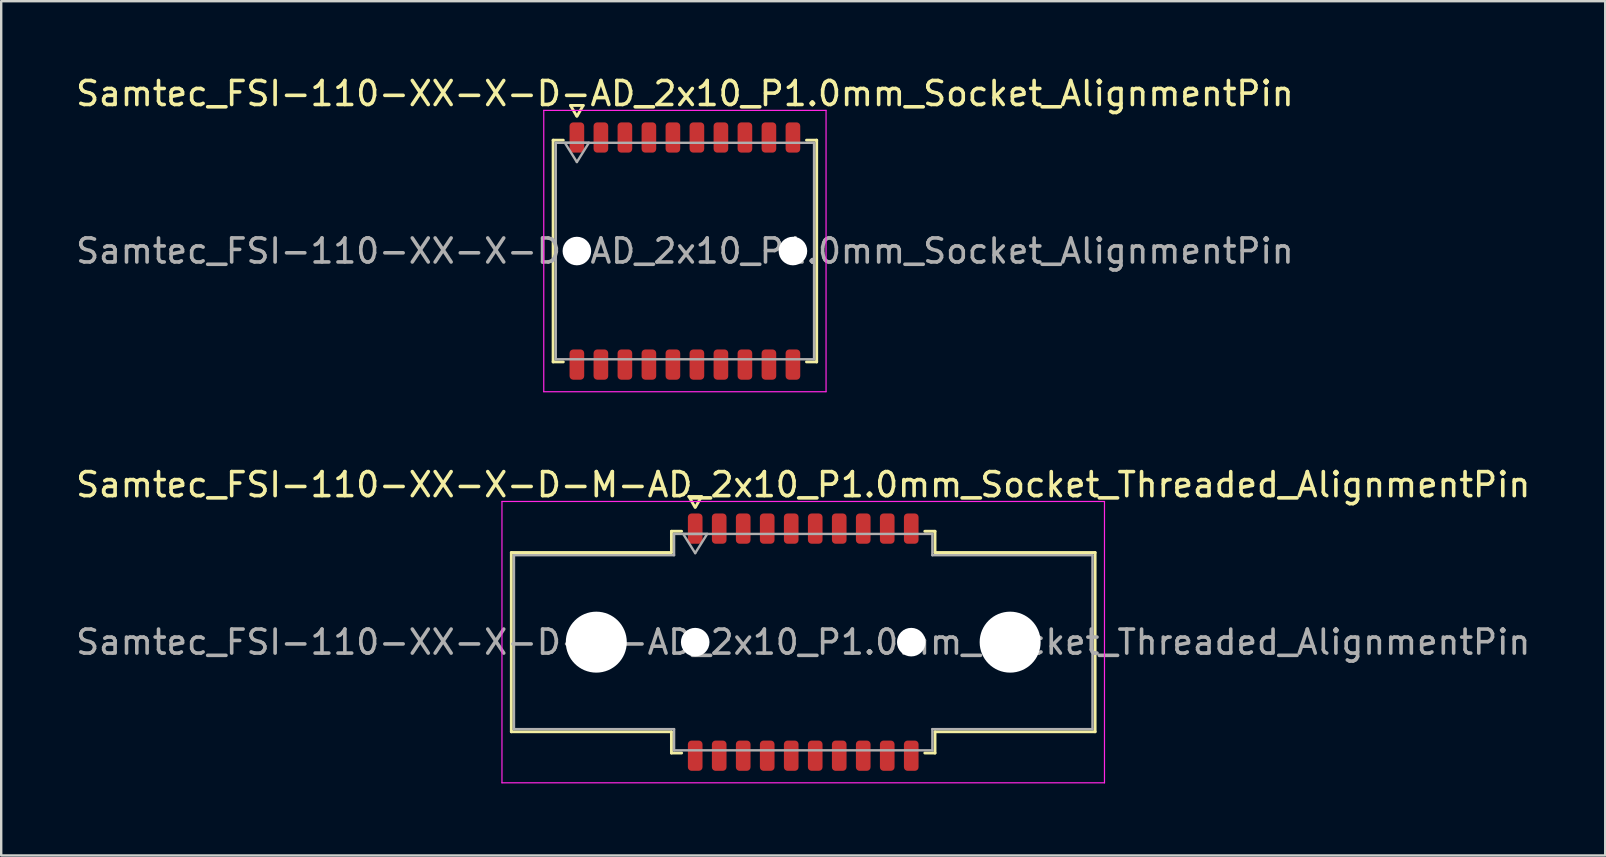
<source format=kicad_pcb>
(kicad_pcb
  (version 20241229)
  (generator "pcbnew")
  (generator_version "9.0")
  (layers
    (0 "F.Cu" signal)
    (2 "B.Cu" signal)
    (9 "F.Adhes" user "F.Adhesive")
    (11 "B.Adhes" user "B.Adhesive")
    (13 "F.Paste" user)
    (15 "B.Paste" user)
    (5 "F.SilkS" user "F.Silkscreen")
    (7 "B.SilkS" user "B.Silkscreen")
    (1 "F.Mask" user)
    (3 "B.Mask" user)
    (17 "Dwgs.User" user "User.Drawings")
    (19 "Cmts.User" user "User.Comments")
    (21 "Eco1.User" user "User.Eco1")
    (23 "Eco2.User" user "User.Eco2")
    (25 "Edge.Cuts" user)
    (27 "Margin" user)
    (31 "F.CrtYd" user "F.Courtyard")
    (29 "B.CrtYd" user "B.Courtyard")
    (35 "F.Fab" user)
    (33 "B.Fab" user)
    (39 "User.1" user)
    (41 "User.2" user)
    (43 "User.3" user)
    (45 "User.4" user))
  (footprint "Samtec_FSI-110-XX-X-D-M-AD_2x10_P1.0mm_Socket_Threaded_AlignmentPin"
    (layer "F.Cu")
    (at 30.411 23.701)
    (property "Reference" "Samtec_FSI-110-XX-X-D-M-AD_2x10_P1.0mm_Socket_Threaded_AlignmentPin" (at 0 -6.56 0) (layer "F.SilkS") (effects (font (size 1 1) (thickness 0.15))))
    (attr smd)
    (fp_line (start -12.16 -3.733) (end -5.49 -3.733) (stroke (width 0.12) (type solid)) (layer "F.SilkS"))
    (fp_line (start -12.16 3.733) (end -12.16 -3.733) (stroke (width 0.12) (type solid)) (layer "F.SilkS"))
    (fp_line (start -5.49 -4.619) (end -5.065 -4.619) (stroke (width 0.12) (type solid)) (layer "F.SilkS"))
    (fp_line (start -5.49 -3.733) (end -5.49 -4.619) (stroke (width 0.12) (type solid)) (layer "F.SilkS"))
    (fp_line (start -5.49 3.733) (end -12.16 3.733) (stroke (width 0.12) (type solid)) (layer "F.SilkS"))
    (fp_line (start -5.49 4.619) (end -5.49 3.733) (stroke (width 0.12) (type solid)) (layer "F.SilkS"))
    (fp_line (start -5.065 4.619) (end -5.49 4.619) (stroke (width 0.12) (type solid)) (layer "F.SilkS"))
    (fp_line (start -4.764 -6.066) (end -4.507 -5.62) (stroke (width 0.12) (type solid)) (layer "F.SilkS"))
    (fp_line (start -4.493 -5.62) (end -4.236 -6.066) (stroke (width 0.12) (type solid)) (layer "F.SilkS"))
    (fp_line (start -4.236 -6.066) (end -4.764 -6.066) (stroke (width 0.12) (type solid)) (layer "F.SilkS"))
    (fp_line (start 5.065 -4.619) (end 5.49 -4.619) (stroke (width 0.12) (type solid)) (layer "F.SilkS"))
    (fp_line (start 5.49 -4.619) (end 5.49 -3.733) (stroke (width 0.12) (type solid)) (layer "F.SilkS"))
    (fp_line (start 5.49 -3.733) (end 12.16 -3.733) (stroke (width 0.12) (type solid)) (layer "F.SilkS"))
    (fp_line (start 5.49 3.733) (end 5.49 4.619) (stroke (width 0.12) (type solid)) (layer "F.SilkS"))
    (fp_line (start 5.49 4.619) (end 5.065 4.619) (stroke (width 0.12) (type solid)) (layer "F.SilkS"))
    (fp_line (start 12.16 -3.733) (end 12.16 3.733) (stroke (width 0.12) (type solid)) (layer "F.SilkS"))
    (fp_line (start 12.16 3.733) (end 5.49 3.733) (stroke (width 0.12) (type solid)) (layer "F.SilkS"))
    (fp_line (start -12.55 -5.86) (end -12.55 5.86) (stroke (width 0.05) (type solid)) (layer "F.CrtYd"))
    (fp_line (start -12.55 5.86) (end 12.55 5.86) (stroke (width 0.05) (type solid)) (layer "F.CrtYd"))
    (fp_line (start 12.55 -5.86) (end -12.55 -5.86) (stroke (width 0.05) (type solid)) (layer "F.CrtYd"))
    (fp_line (start 12.55 5.86) (end 12.55 -5.86) (stroke (width 0.05) (type solid)) (layer "F.CrtYd"))
    (fp_line (start -12.05 -3.623) (end -5.38 -3.623) (stroke (width 0.1) (type solid)) (layer "F.Fab"))
    (fp_line (start -12.05 3.623) (end -12.05 -3.623) (stroke (width 0.1) (type solid)) (layer "F.Fab"))
    (fp_line (start -5.38 -4.508) (end 5.38 -4.508) (stroke (width 0.1) (type solid)) (layer "F.Fab"))
    (fp_line (start -5.38 -3.623) (end -5.38 -4.508) (stroke (width 0.1) (type solid)) (layer "F.Fab"))
    (fp_line (start -5.38 3.623) (end -12.05 3.623) (stroke (width 0.1) (type solid)) (layer "F.Fab"))
    (fp_line (start -5.38 4.508) (end -5.38 3.623) (stroke (width 0.1) (type solid)) (layer "F.Fab"))
    (fp_line (start -5 -4.508) (end -4.5 -3.708) (stroke (width 0.1) (type solid)) (layer "F.Fab"))
    (fp_line (start -4.5 -3.708) (end -4 -4.508) (stroke (width 0.1) (type solid)) (layer "F.Fab"))
    (fp_line (start -4 -4.508) (end -5 -4.508) (stroke (width 0.1) (type solid)) (layer "F.Fab"))
    (fp_line (start 5.38 -4.508) (end 5.38 -3.623) (stroke (width 0.1) (type solid)) (layer "F.Fab"))
    (fp_line (start 5.38 -3.623) (end 12.05 -3.623) (stroke (width 0.1) (type solid)) (layer "F.Fab"))
    (fp_line (start 5.38 3.623) (end 5.38 4.508) (stroke (width 0.1) (type solid)) (layer "F.Fab"))
    (fp_line (start 5.38 4.508) (end -5.38 4.508) (stroke (width 0.1) (type solid)) (layer "F.Fab"))
    (fp_line (start 12.05 -3.623) (end 12.05 3.623) (stroke (width 0.1) (type solid)) (layer "F.Fab"))
    (fp_line (start 12.05 3.623) (end 5.38 3.623) (stroke (width 0.1) (type solid)) (layer "F.Fab"))
    (fp_text user "${REFERENCE}" (at 0 0 0) (layer "F.Fab") (effects (font (size 1 1) (thickness 0.15))))
    (pad "" np_thru_hole circle (at -8.62 0) (size 2.54 2.54) (drill 2.54) (layers "*.Cu" "*.Mask"))
    (pad "" np_thru_hole circle (at -4.5 0) (size 1.19 1.19) (drill 1.19) (layers "*.Cu" "*.Mask"))
    (pad "" np_thru_hole circle (at 4.5 0) (size 1.19 1.19) (drill 1.19) (layers "*.Cu" "*.Mask"))
    (pad "" np_thru_hole circle (at 8.62 0) (size 2.54 2.54) (drill 2.54) (layers "*.Cu" "*.Mask"))
    (pad "1" smd roundrect (at -4.5 -4.73) (size 0.61 1.26) (layers "F.Cu" "F.Mask" "F.Paste") (roundrect_rratio 0.25))
    (pad "2" smd roundrect (at -4.5 4.73) (size 0.61 1.26) (layers "F.Cu" "F.Mask" "F.Paste") (roundrect_rratio 0.25))
    (pad "3" smd roundrect (at -3.5 -4.73) (size 0.61 1.26) (layers "F.Cu" "F.Mask" "F.Paste") (roundrect_rratio 0.25))
    (pad "4" smd roundrect (at -3.5 4.73) (size 0.61 1.26) (layers "F.Cu" "F.Mask" "F.Paste") (roundrect_rratio 0.25))
    (pad "5" smd roundrect (at -2.5 -4.73) (size 0.61 1.26) (layers "F.Cu" "F.Mask" "F.Paste") (roundrect_rratio 0.25))
    (pad "6" smd roundrect (at -2.5 4.73) (size 0.61 1.26) (layers "F.Cu" "F.Mask" "F.Paste") (roundrect_rratio 0.25))
    (pad "7" smd roundrect (at -1.5 -4.73) (size 0.61 1.26) (layers "F.Cu" "F.Mask" "F.Paste") (roundrect_rratio 0.25))
    (pad "8" smd roundrect (at -1.5 4.73) (size 0.61 1.26) (layers "F.Cu" "F.Mask" "F.Paste") (roundrect_rratio 0.25))
    (pad "9" smd roundrect (at -0.5 -4.73) (size 0.61 1.26) (layers "F.Cu" "F.Mask" "F.Paste") (roundrect_rratio 0.25))
    (pad "10" smd roundrect (at -0.5 4.73) (size 0.61 1.26) (layers "F.Cu" "F.Mask" "F.Paste") (roundrect_rratio 0.25))
    (pad "11" smd roundrect (at 0.5 -4.73) (size 0.61 1.26) (layers "F.Cu" "F.Mask" "F.Paste") (roundrect_rratio 0.25))
    (pad "12" smd roundrect (at 0.5 4.73) (size 0.61 1.26) (layers "F.Cu" "F.Mask" "F.Paste") (roundrect_rratio 0.25))
    (pad "13" smd roundrect (at 1.5 -4.73) (size 0.61 1.26) (layers "F.Cu" "F.Mask" "F.Paste") (roundrect_rratio 0.25))
    (pad "14" smd roundrect (at 1.5 4.73) (size 0.61 1.26) (layers "F.Cu" "F.Mask" "F.Paste") (roundrect_rratio 0.25))
    (pad "15" smd roundrect (at 2.5 -4.73) (size 0.61 1.26) (layers "F.Cu" "F.Mask" "F.Paste") (roundrect_rratio 0.25))
    (pad "16" smd roundrect (at 2.5 4.73) (size 0.61 1.26) (layers "F.Cu" "F.Mask" "F.Paste") (roundrect_rratio 0.25))
    (pad "17" smd roundrect (at 3.5 -4.73) (size 0.61 1.26) (layers "F.Cu" "F.Mask" "F.Paste") (roundrect_rratio 0.25))
    (pad "18" smd roundrect (at 3.5 4.73) (size 0.61 1.26) (layers "F.Cu" "F.Mask" "F.Paste") (roundrect_rratio 0.25))
    (pad "19" smd roundrect (at 4.5 -4.73) (size 0.61 1.26) (layers "F.Cu" "F.Mask" "F.Paste") (roundrect_rratio 0.25))
    (pad "20" smd roundrect (at 4.5 4.73) (size 0.61 1.26) (layers "F.Cu" "F.Mask" "F.Paste") (roundrect_rratio 0.25)))
  (footprint "Samtec_FSI-110-XX-X-D-AD_2x10_P1.0mm_Socket_AlignmentPin"
    (layer "F.Cu")
    (at 25.482 7.408)
    (property "Reference" "Samtec_FSI-110-XX-X-D-AD_2x10_P1.0mm_Socket_AlignmentPin" (at 0 -6.56 0) (layer "F.SilkS") (effects (font (size 1 1) (thickness 0.15))))
    (attr smd)
    (fp_line (start -5.49 -4.619) (end -5.065 -4.619) (stroke (width 0.12) (type solid)) (layer "F.SilkS"))
    (fp_line (start -5.49 4.619) (end -5.49 -4.619) (stroke (width 0.12) (type solid)) (layer "F.SilkS"))
    (fp_line (start -5.065 4.619) (end -5.49 4.619) (stroke (width 0.12) (type solid)) (layer "F.SilkS"))
    (fp_line (start -4.764 -6.066) (end -4.507 -5.62) (stroke (width 0.12) (type solid)) (layer "F.SilkS"))
    (fp_line (start -4.493 -5.62) (end -4.236 -6.066) (stroke (width 0.12) (type solid)) (layer "F.SilkS"))
    (fp_line (start -4.236 -6.066) (end -4.764 -6.066) (stroke (width 0.12) (type solid)) (layer "F.SilkS"))
    (fp_line (start 5.065 -4.619) (end 5.49 -4.619) (stroke (width 0.12) (type solid)) (layer "F.SilkS"))
    (fp_line (start 5.49 -4.619) (end 5.49 4.619) (stroke (width 0.12) (type solid)) (layer "F.SilkS"))
    (fp_line (start 5.49 4.619) (end 5.065 4.619) (stroke (width 0.12) (type solid)) (layer "F.SilkS"))
    (fp_line (start -5.88 -5.86) (end -5.88 5.86) (stroke (width 0.05) (type solid)) (layer "F.CrtYd"))
    (fp_line (start -5.88 5.86) (end 5.88 5.86) (stroke (width 0.05) (type solid)) (layer "F.CrtYd"))
    (fp_line (start 5.88 -5.86) (end -5.88 -5.86) (stroke (width 0.05) (type solid)) (layer "F.CrtYd"))
    (fp_line (start 5.88 5.86) (end 5.88 -5.86) (stroke (width 0.05) (type solid)) (layer "F.CrtYd"))
    (fp_line (start -5.38 -4.508) (end 5.38 -4.508) (stroke (width 0.1) (type solid)) (layer "F.Fab"))
    (fp_line (start -5.38 4.508) (end -5.38 -4.508) (stroke (width 0.1) (type solid)) (layer "F.Fab"))
    (fp_line (start -5 -4.508) (end -4.5 -3.708) (stroke (width 0.1) (type solid)) (layer "F.Fab"))
    (fp_line (start -4.5 -3.708) (end -4 -4.508) (stroke (width 0.1) (type solid)) (layer "F.Fab"))
    (fp_line (start -4 -4.508) (end -5 -4.508) (stroke (width 0.1) (type solid)) (layer "F.Fab"))
    (fp_line (start 5.38 -4.508) (end 5.38 4.508) (stroke (width 0.1) (type solid)) (layer "F.Fab"))
    (fp_line (start 5.38 4.508) (end -5.38 4.508) (stroke (width 0.1) (type solid)) (layer "F.Fab"))
    (fp_text user "${REFERENCE}" (at 0 0 0) (layer "F.Fab") (effects (font (size 1 1) (thickness 0.15))))
    (pad "" np_thru_hole circle (at -4.5 0) (size 1.19 1.19) (drill 1.19) (layers "*.Cu" "*.Mask"))
    (pad "" np_thru_hole circle (at 4.5 0) (size 1.19 1.19) (drill 1.19) (layers "*.Cu" "*.Mask"))
    (pad "1" smd roundrect (at -4.5 -4.73) (size 0.61 1.26) (layers "F.Cu" "F.Mask" "F.Paste") (roundrect_rratio 0.25))
    (pad "2" smd roundrect (at -4.5 4.73) (size 0.61 1.26) (layers "F.Cu" "F.Mask" "F.Paste") (roundrect_rratio 0.25))
    (pad "3" smd roundrect (at -3.5 -4.73) (size 0.61 1.26) (layers "F.Cu" "F.Mask" "F.Paste") (roundrect_rratio 0.25))
    (pad "4" smd roundrect (at -3.5 4.73) (size 0.61 1.26) (layers "F.Cu" "F.Mask" "F.Paste") (roundrect_rratio 0.25))
    (pad "5" smd roundrect (at -2.5 -4.73) (size 0.61 1.26) (layers "F.Cu" "F.Mask" "F.Paste") (roundrect_rratio 0.25))
    (pad "6" smd roundrect (at -2.5 4.73) (size 0.61 1.26) (layers "F.Cu" "F.Mask" "F.Paste") (roundrect_rratio 0.25))
    (pad "7" smd roundrect (at -1.5 -4.73) (size 0.61 1.26) (layers "F.Cu" "F.Mask" "F.Paste") (roundrect_rratio 0.25))
    (pad "8" smd roundrect (at -1.5 4.73) (size 0.61 1.26) (layers "F.Cu" "F.Mask" "F.Paste") (roundrect_rratio 0.25))
    (pad "9" smd roundrect (at -0.5 -4.73) (size 0.61 1.26) (layers "F.Cu" "F.Mask" "F.Paste") (roundrect_rratio 0.25))
    (pad "10" smd roundrect (at -0.5 4.73) (size 0.61 1.26) (layers "F.Cu" "F.Mask" "F.Paste") (roundrect_rratio 0.25))
    (pad "11" smd roundrect (at 0.5 -4.73) (size 0.61 1.26) (layers "F.Cu" "F.Mask" "F.Paste") (roundrect_rratio 0.25))
    (pad "12" smd roundrect (at 0.5 4.73) (size 0.61 1.26) (layers "F.Cu" "F.Mask" "F.Paste") (roundrect_rratio 0.25))
    (pad "13" smd roundrect (at 1.5 -4.73) (size 0.61 1.26) (layers "F.Cu" "F.Mask" "F.Paste") (roundrect_rratio 0.25))
    (pad "14" smd roundrect (at 1.5 4.73) (size 0.61 1.26) (layers "F.Cu" "F.Mask" "F.Paste") (roundrect_rratio 0.25))
    (pad "15" smd roundrect (at 2.5 -4.73) (size 0.61 1.26) (layers "F.Cu" "F.Mask" "F.Paste") (roundrect_rratio 0.25))
    (pad "16" smd roundrect (at 2.5 4.73) (size 0.61 1.26) (layers "F.Cu" "F.Mask" "F.Paste") (roundrect_rratio 0.25))
    (pad "17" smd roundrect (at 3.5 -4.73) (size 0.61 1.26) (layers "F.Cu" "F.Mask" "F.Paste") (roundrect_rratio 0.25))
    (pad "18" smd roundrect (at 3.5 4.73) (size 0.61 1.26) (layers "F.Cu" "F.Mask" "F.Paste") (roundrect_rratio 0.25))
    (pad "19" smd roundrect (at 4.5 -4.73) (size 0.61 1.26) (layers "F.Cu" "F.Mask" "F.Paste") (roundrect_rratio 0.25))
    (pad "20" smd roundrect (at 4.5 4.73) (size 0.61 1.26) (layers "F.Cu" "F.Mask" "F.Paste") (roundrect_rratio 0.25)))
  (gr_rect
    (start -3 -3)
    (end 63.821 32.587)
    (stroke (width 0.1) (type default))
    (fill no)
    (layer "Edge.Cuts")))
</source>
